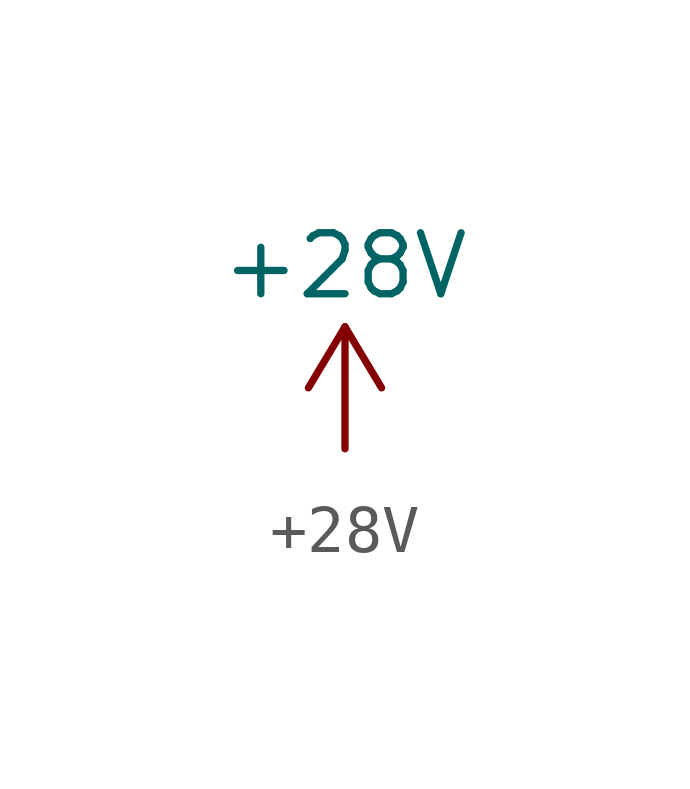
<source format=kicad_sym>
(kicad_symbol_lib
  (version 20201005)
  (generator kicad_symbol_editor)
  (symbol "+28V"
    (power)
    (pin_names
      (offset 0))
    (property "Reference" "#PWR"
      (at 0 -3.81 0)
      (effects (font (size 1.27 1.27)) hide))
    (property "Value" "+28V"
      (at 0 3.81 0)
      (effects (font (size 1.27 1.27))))
    (symbol "+28V_0_1"
      (polyline (pts (xy -0.762 1.27) (xy 0 2.54)) (stroke (width 0)) (fill (type none)))
      (polyline (pts (xy 0 0) (xy 0 2.54)) (stroke (width 0)) (fill (type none)))
      (polyline (pts (xy 0 2.54) (xy 0.762 1.27)) (stroke (width 0)) (fill (type none))))
    (symbol "+28V_1_1"
      (pin power_in line (at 0 0 90) (length 0) hide (name "+28V" (effects (font (size 1.27 1.27)))) (number "1" (effects (font (size 1.27 1.27))))))))
</source>
